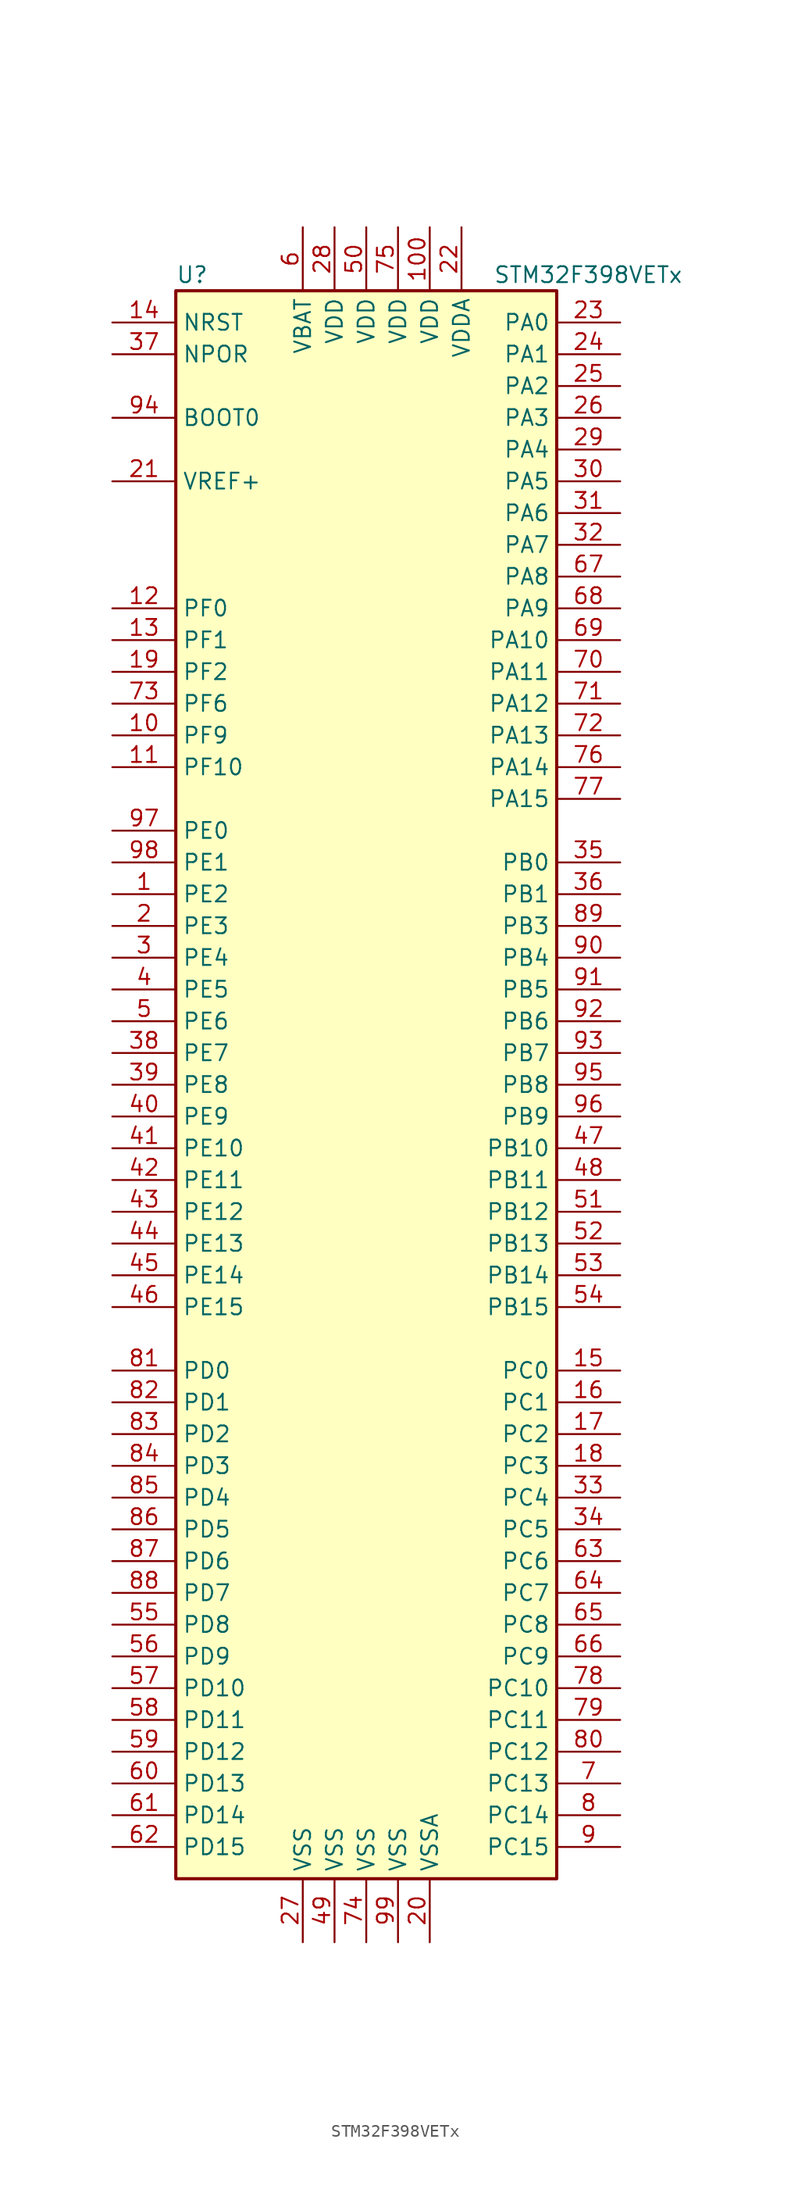
<source format=kicad_sym>
(kicad_symbol_lib
  (version 20211014)
  (generator kicad_symbol_editor)
  (symbol "STM32F398VETx"
    (property "Reference" "U"
      (at -15.24 64.77 0)
      (effects (font (size 1.27 1.27)) (justify left)))
    (property "Value" "STM32F398VETx"
      (at 10.16 64.77 0)
      (effects (font (size 1.27 1.27)) (justify left)))
    (symbol "STM32F398VETx_0_1"
      (rectangle (start -15.24 -63.5) (end 15.24 63.5) (stroke (width 0.254) (type default) (color 0 0 0 0)) (fill (type background))))
    (symbol "STM32F398VETx_1_1"
      (pin bidirectional line (at -20.32 15.24 0) (length 5.08) (name "PE2" (effects (font (size 1.27 1.27)))) (number "1" (effects (font (size 1.27 1.27)))))
      (pin bidirectional line (at -20.32 27.94 0) (length 5.08) (name "PF9" (effects (font (size 1.27 1.27)))) (number "10" (effects (font (size 1.27 1.27)))))
      (pin power_in line (at 5.08 68.58 270) (length 5.08) (name "VDD" (effects (font (size 1.27 1.27)))) (number "100" (effects (font (size 1.27 1.27)))))
      (pin bidirectional line (at -20.32 25.4 0) (length 5.08) (name "PF10" (effects (font (size 1.27 1.27)))) (number "11" (effects (font (size 1.27 1.27)))))
      (pin input line (at -20.32 38.1 0) (length 5.08) (name "PF0" (effects (font (size 1.27 1.27)))) (number "12" (effects (font (size 1.27 1.27)))))
      (pin input line (at -20.32 35.56 0) (length 5.08) (name "PF1" (effects (font (size 1.27 1.27)))) (number "13" (effects (font (size 1.27 1.27)))))
      (pin input line (at -20.32 60.96 0) (length 5.08) (name "NRST" (effects (font (size 1.27 1.27)))) (number "14" (effects (font (size 1.27 1.27)))))
      (pin bidirectional line (at 20.32 -22.86 180) (length 5.08) (name "PC0" (effects (font (size 1.27 1.27)))) (number "15" (effects (font (size 1.27 1.27)))))
      (pin bidirectional line (at 20.32 -25.4 180) (length 5.08) (name "PC1" (effects (font (size 1.27 1.27)))) (number "16" (effects (font (size 1.27 1.27)))))
      (pin bidirectional line (at 20.32 -27.94 180) (length 5.08) (name "PC2" (effects (font (size 1.27 1.27)))) (number "17" (effects (font (size 1.27 1.27)))))
      (pin bidirectional line (at 20.32 -30.48 180) (length 5.08) (name "PC3" (effects (font (size 1.27 1.27)))) (number "18" (effects (font (size 1.27 1.27)))))
      (pin bidirectional line (at -20.32 33.02 0) (length 5.08) (name "PF2" (effects (font (size 1.27 1.27)))) (number "19" (effects (font (size 1.27 1.27)))))
      (pin bidirectional line (at -20.32 12.7 0) (length 5.08) (name "PE3" (effects (font (size 1.27 1.27)))) (number "2" (effects (font (size 1.27 1.27)))))
      (pin power_in line (at 5.08 -68.58 90) (length 5.08) (name "VSSA" (effects (font (size 1.27 1.27)))) (number "20" (effects (font (size 1.27 1.27)))))
      (pin power_in line (at -20.32 48.26 0) (length 5.08) (name "VREF+" (effects (font (size 1.27 1.27)))) (number "21" (effects (font (size 1.27 1.27)))))
      (pin power_in line (at 7.62 68.58 270) (length 5.08) (name "VDDA" (effects (font (size 1.27 1.27)))) (number "22" (effects (font (size 1.27 1.27)))))
      (pin bidirectional line (at 20.32 60.96 180) (length 5.08) (name "PA0" (effects (font (size 1.27 1.27)))) (number "23" (effects (font (size 1.27 1.27)))))
      (pin bidirectional line (at 20.32 58.42 180) (length 5.08) (name "PA1" (effects (font (size 1.27 1.27)))) (number "24" (effects (font (size 1.27 1.27)))))
      (pin bidirectional line (at 20.32 55.88 180) (length 5.08) (name "PA2" (effects (font (size 1.27 1.27)))) (number "25" (effects (font (size 1.27 1.27)))))
      (pin bidirectional line (at 20.32 53.34 180) (length 5.08) (name "PA3" (effects (font (size 1.27 1.27)))) (number "26" (effects (font (size 1.27 1.27)))))
      (pin power_in line (at -5.08 -68.58 90) (length 5.08) (name "VSS" (effects (font (size 1.27 1.27)))) (number "27" (effects (font (size 1.27 1.27)))))
      (pin power_in line (at -2.54 68.58 270) (length 5.08) (name "VDD" (effects (font (size 1.27 1.27)))) (number "28" (effects (font (size 1.27 1.27)))))
      (pin bidirectional line (at 20.32 50.8 180) (length 5.08) (name "PA4" (effects (font (size 1.27 1.27)))) (number "29" (effects (font (size 1.27 1.27)))))
      (pin bidirectional line (at -20.32 10.16 0) (length 5.08) (name "PE4" (effects (font (size 1.27 1.27)))) (number "3" (effects (font (size 1.27 1.27)))))
      (pin bidirectional line (at 20.32 48.26 180) (length 5.08) (name "PA5" (effects (font (size 1.27 1.27)))) (number "30" (effects (font (size 1.27 1.27)))))
      (pin bidirectional line (at 20.32 45.72 180) (length 5.08) (name "PA6" (effects (font (size 1.27 1.27)))) (number "31" (effects (font (size 1.27 1.27)))))
      (pin bidirectional line (at 20.32 43.18 180) (length 5.08) (name "PA7" (effects (font (size 1.27 1.27)))) (number "32" (effects (font (size 1.27 1.27)))))
      (pin bidirectional line (at 20.32 -33.02 180) (length 5.08) (name "PC4" (effects (font (size 1.27 1.27)))) (number "33" (effects (font (size 1.27 1.27)))))
      (pin bidirectional line (at 20.32 -35.56 180) (length 5.08) (name "PC5" (effects (font (size 1.27 1.27)))) (number "34" (effects (font (size 1.27 1.27)))))
      (pin bidirectional line (at 20.32 17.78 180) (length 5.08) (name "PB0" (effects (font (size 1.27 1.27)))) (number "35" (effects (font (size 1.27 1.27)))))
      (pin bidirectional line (at 20.32 15.24 180) (length 5.08) (name "PB1" (effects (font (size 1.27 1.27)))) (number "36" (effects (font (size 1.27 1.27)))))
      (pin input line (at -20.32 58.42 0) (length 5.08) (name "NPOR" (effects (font (size 1.27 1.27)))) (number "37" (effects (font (size 1.27 1.27)))))
      (pin bidirectional line (at -20.32 2.54 0) (length 5.08) (name "PE7" (effects (font (size 1.27 1.27)))) (number "38" (effects (font (size 1.27 1.27)))))
      (pin bidirectional line (at -20.32 0 0) (length 5.08) (name "PE8" (effects (font (size 1.27 1.27)))) (number "39" (effects (font (size 1.27 1.27)))))
      (pin bidirectional line (at -20.32 7.62 0) (length 5.08) (name "PE5" (effects (font (size 1.27 1.27)))) (number "4" (effects (font (size 1.27 1.27)))))
      (pin bidirectional line (at -20.32 -2.54 0) (length 5.08) (name "PE9" (effects (font (size 1.27 1.27)))) (number "40" (effects (font (size 1.27 1.27)))))
      (pin bidirectional line (at -20.32 -5.08 0) (length 5.08) (name "PE10" (effects (font (size 1.27 1.27)))) (number "41" (effects (font (size 1.27 1.27)))))
      (pin bidirectional line (at -20.32 -7.62 0) (length 5.08) (name "PE11" (effects (font (size 1.27 1.27)))) (number "42" (effects (font (size 1.27 1.27)))))
      (pin bidirectional line (at -20.32 -10.16 0) (length 5.08) (name "PE12" (effects (font (size 1.27 1.27)))) (number "43" (effects (font (size 1.27 1.27)))))
      (pin bidirectional line (at -20.32 -12.7 0) (length 5.08) (name "PE13" (effects (font (size 1.27 1.27)))) (number "44" (effects (font (size 1.27 1.27)))))
      (pin bidirectional line (at -20.32 -15.24 0) (length 5.08) (name "PE14" (effects (font (size 1.27 1.27)))) (number "45" (effects (font (size 1.27 1.27)))))
      (pin bidirectional line (at -20.32 -17.78 0) (length 5.08) (name "PE15" (effects (font (size 1.27 1.27)))) (number "46" (effects (font (size 1.27 1.27)))))
      (pin bidirectional line (at 20.32 -5.08 180) (length 5.08) (name "PB10" (effects (font (size 1.27 1.27)))) (number "47" (effects (font (size 1.27 1.27)))))
      (pin bidirectional line (at 20.32 -7.62 180) (length 5.08) (name "PB11" (effects (font (size 1.27 1.27)))) (number "48" (effects (font (size 1.27 1.27)))))
      (pin power_in line (at -2.54 -68.58 90) (length 5.08) (name "VSS" (effects (font (size 1.27 1.27)))) (number "49" (effects (font (size 1.27 1.27)))))
      (pin bidirectional line (at -20.32 5.08 0) (length 5.08) (name "PE6" (effects (font (size 1.27 1.27)))) (number "5" (effects (font (size 1.27 1.27)))))
      (pin power_in line (at 0 68.58 270) (length 5.08) (name "VDD" (effects (font (size 1.27 1.27)))) (number "50" (effects (font (size 1.27 1.27)))))
      (pin bidirectional line (at 20.32 -10.16 180) (length 5.08) (name "PB12" (effects (font (size 1.27 1.27)))) (number "51" (effects (font (size 1.27 1.27)))))
      (pin bidirectional line (at 20.32 -12.7 180) (length 5.08) (name "PB13" (effects (font (size 1.27 1.27)))) (number "52" (effects (font (size 1.27 1.27)))))
      (pin bidirectional line (at 20.32 -15.24 180) (length 5.08) (name "PB14" (effects (font (size 1.27 1.27)))) (number "53" (effects (font (size 1.27 1.27)))))
      (pin bidirectional line (at 20.32 -17.78 180) (length 5.08) (name "PB15" (effects (font (size 1.27 1.27)))) (number "54" (effects (font (size 1.27 1.27)))))
      (pin bidirectional line (at -20.32 -43.18 0) (length 5.08) (name "PD8" (effects (font (size 1.27 1.27)))) (number "55" (effects (font (size 1.27 1.27)))))
      (pin bidirectional line (at -20.32 -45.72 0) (length 5.08) (name "PD9" (effects (font (size 1.27 1.27)))) (number "56" (effects (font (size 1.27 1.27)))))
      (pin bidirectional line (at -20.32 -48.26 0) (length 5.08) (name "PD10" (effects (font (size 1.27 1.27)))) (number "57" (effects (font (size 1.27 1.27)))))
      (pin bidirectional line (at -20.32 -50.8 0) (length 5.08) (name "PD11" (effects (font (size 1.27 1.27)))) (number "58" (effects (font (size 1.27 1.27)))))
      (pin bidirectional line (at -20.32 -53.34 0) (length 5.08) (name "PD12" (effects (font (size 1.27 1.27)))) (number "59" (effects (font (size 1.27 1.27)))))
      (pin power_in line (at -5.08 68.58 270) (length 5.08) (name "VBAT" (effects (font (size 1.27 1.27)))) (number "6" (effects (font (size 1.27 1.27)))))
      (pin bidirectional line (at -20.32 -55.88 0) (length 5.08) (name "PD13" (effects (font (size 1.27 1.27)))) (number "60" (effects (font (size 1.27 1.27)))))
      (pin bidirectional line (at -20.32 -58.42 0) (length 5.08) (name "PD14" (effects (font (size 1.27 1.27)))) (number "61" (effects (font (size 1.27 1.27)))))
      (pin bidirectional line (at -20.32 -60.96 0) (length 5.08) (name "PD15" (effects (font (size 1.27 1.27)))) (number "62" (effects (font (size 1.27 1.27)))))
      (pin bidirectional line (at 20.32 -38.1 180) (length 5.08) (name "PC6" (effects (font (size 1.27 1.27)))) (number "63" (effects (font (size 1.27 1.27)))))
      (pin bidirectional line (at 20.32 -40.64 180) (length 5.08) (name "PC7" (effects (font (size 1.27 1.27)))) (number "64" (effects (font (size 1.27 1.27)))))
      (pin bidirectional line (at 20.32 -43.18 180) (length 5.08) (name "PC8" (effects (font (size 1.27 1.27)))) (number "65" (effects (font (size 1.27 1.27)))))
      (pin bidirectional line (at 20.32 -45.72 180) (length 5.08) (name "PC9" (effects (font (size 1.27 1.27)))) (number "66" (effects (font (size 1.27 1.27)))))
      (pin bidirectional line (at 20.32 40.64 180) (length 5.08) (name "PA8" (effects (font (size 1.27 1.27)))) (number "67" (effects (font (size 1.27 1.27)))))
      (pin bidirectional line (at 20.32 38.1 180) (length 5.08) (name "PA9" (effects (font (size 1.27 1.27)))) (number "68" (effects (font (size 1.27 1.27)))))
      (pin bidirectional line (at 20.32 35.56 180) (length 5.08) (name "PA10" (effects (font (size 1.27 1.27)))) (number "69" (effects (font (size 1.27 1.27)))))
      (pin bidirectional line (at 20.32 -55.88 180) (length 5.08) (name "PC13" (effects (font (size 1.27 1.27)))) (number "7" (effects (font (size 1.27 1.27)))))
      (pin bidirectional line (at 20.32 33.02 180) (length 5.08) (name "PA11" (effects (font (size 1.27 1.27)))) (number "70" (effects (font (size 1.27 1.27)))))
      (pin bidirectional line (at 20.32 30.48 180) (length 5.08) (name "PA12" (effects (font (size 1.27 1.27)))) (number "71" (effects (font (size 1.27 1.27)))))
      (pin bidirectional line (at 20.32 27.94 180) (length 5.08) (name "PA13" (effects (font (size 1.27 1.27)))) (number "72" (effects (font (size 1.27 1.27)))))
      (pin bidirectional line (at -20.32 30.48 0) (length 5.08) (name "PF6" (effects (font (size 1.27 1.27)))) (number "73" (effects (font (size 1.27 1.27)))))
      (pin power_in line (at 0 -68.58 90) (length 5.08) (name "VSS" (effects (font (size 1.27 1.27)))) (number "74" (effects (font (size 1.27 1.27)))))
      (pin power_in line (at 2.54 68.58 270) (length 5.08) (name "VDD" (effects (font (size 1.27 1.27)))) (number "75" (effects (font (size 1.27 1.27)))))
      (pin bidirectional line (at 20.32 25.4 180) (length 5.08) (name "PA14" (effects (font (size 1.27 1.27)))) (number "76" (effects (font (size 1.27 1.27)))))
      (pin bidirectional line (at 20.32 22.86 180) (length 5.08) (name "PA15" (effects (font (size 1.27 1.27)))) (number "77" (effects (font (size 1.27 1.27)))))
      (pin bidirectional line (at 20.32 -48.26 180) (length 5.08) (name "PC10" (effects (font (size 1.27 1.27)))) (number "78" (effects (font (size 1.27 1.27)))))
      (pin bidirectional line (at 20.32 -50.8 180) (length 5.08) (name "PC11" (effects (font (size 1.27 1.27)))) (number "79" (effects (font (size 1.27 1.27)))))
      (pin bidirectional line (at 20.32 -58.42 180) (length 5.08) (name "PC14" (effects (font (size 1.27 1.27)))) (number "8" (effects (font (size 1.27 1.27)))))
      (pin bidirectional line (at 20.32 -53.34 180) (length 5.08) (name "PC12" (effects (font (size 1.27 1.27)))) (number "80" (effects (font (size 1.27 1.27)))))
      (pin bidirectional line (at -20.32 -22.86 0) (length 5.08) (name "PD0" (effects (font (size 1.27 1.27)))) (number "81" (effects (font (size 1.27 1.27)))))
      (pin bidirectional line (at -20.32 -25.4 0) (length 5.08) (name "PD1" (effects (font (size 1.27 1.27)))) (number "82" (effects (font (size 1.27 1.27)))))
      (pin bidirectional line (at -20.32 -27.94 0) (length 5.08) (name "PD2" (effects (font (size 1.27 1.27)))) (number "83" (effects (font (size 1.27 1.27)))))
      (pin bidirectional line (at -20.32 -30.48 0) (length 5.08) (name "PD3" (effects (font (size 1.27 1.27)))) (number "84" (effects (font (size 1.27 1.27)))))
      (pin bidirectional line (at -20.32 -33.02 0) (length 5.08) (name "PD4" (effects (font (size 1.27 1.27)))) (number "85" (effects (font (size 1.27 1.27)))))
      (pin bidirectional line (at -20.32 -35.56 0) (length 5.08) (name "PD5" (effects (font (size 1.27 1.27)))) (number "86" (effects (font (size 1.27 1.27)))))
      (pin bidirectional line (at -20.32 -38.1 0) (length 5.08) (name "PD6" (effects (font (size 1.27 1.27)))) (number "87" (effects (font (size 1.27 1.27)))))
      (pin bidirectional line (at -20.32 -40.64 0) (length 5.08) (name "PD7" (effects (font (size 1.27 1.27)))) (number "88" (effects (font (size 1.27 1.27)))))
      (pin bidirectional line (at 20.32 12.7 180) (length 5.08) (name "PB3" (effects (font (size 1.27 1.27)))) (number "89" (effects (font (size 1.27 1.27)))))
      (pin bidirectional line (at 20.32 -60.96 180) (length 5.08) (name "PC15" (effects (font (size 1.27 1.27)))) (number "9" (effects (font (size 1.27 1.27)))))
      (pin bidirectional line (at 20.32 10.16 180) (length 5.08) (name "PB4" (effects (font (size 1.27 1.27)))) (number "90" (effects (font (size 1.27 1.27)))))
      (pin bidirectional line (at 20.32 7.62 180) (length 5.08) (name "PB5" (effects (font (size 1.27 1.27)))) (number "91" (effects (font (size 1.27 1.27)))))
      (pin bidirectional line (at 20.32 5.08 180) (length 5.08) (name "PB6" (effects (font (size 1.27 1.27)))) (number "92" (effects (font (size 1.27 1.27)))))
      (pin bidirectional line (at 20.32 2.54 180) (length 5.08) (name "PB7" (effects (font (size 1.27 1.27)))) (number "93" (effects (font (size 1.27 1.27)))))
      (pin input line (at -20.32 53.34 0) (length 5.08) (name "BOOT0" (effects (font (size 1.27 1.27)))) (number "94" (effects (font (size 1.27 1.27)))))
      (pin bidirectional line (at 20.32 0 180) (length 5.08) (name "PB8" (effects (font (size 1.27 1.27)))) (number "95" (effects (font (size 1.27 1.27)))))
      (pin bidirectional line (at 20.32 -2.54 180) (length 5.08) (name "PB9" (effects (font (size 1.27 1.27)))) (number "96" (effects (font (size 1.27 1.27)))))
      (pin bidirectional line (at -20.32 20.32 0) (length 5.08) (name "PE0" (effects (font (size 1.27 1.27)))) (number "97" (effects (font (size 1.27 1.27)))))
      (pin bidirectional line (at -20.32 17.78 0) (length 5.08) (name "PE1" (effects (font (size 1.27 1.27)))) (number "98" (effects (font (size 1.27 1.27)))))
      (pin power_in line (at 2.54 -68.58 90) (length 5.08) (name "VSS" (effects (font (size 1.27 1.27)))) (number "99" (effects (font (size 1.27 1.27))))))))
</source>
